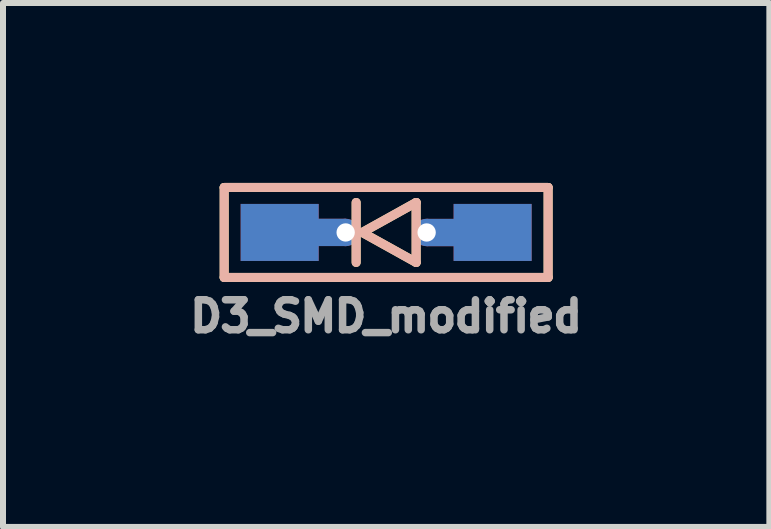
<source format=kicad_pcb>
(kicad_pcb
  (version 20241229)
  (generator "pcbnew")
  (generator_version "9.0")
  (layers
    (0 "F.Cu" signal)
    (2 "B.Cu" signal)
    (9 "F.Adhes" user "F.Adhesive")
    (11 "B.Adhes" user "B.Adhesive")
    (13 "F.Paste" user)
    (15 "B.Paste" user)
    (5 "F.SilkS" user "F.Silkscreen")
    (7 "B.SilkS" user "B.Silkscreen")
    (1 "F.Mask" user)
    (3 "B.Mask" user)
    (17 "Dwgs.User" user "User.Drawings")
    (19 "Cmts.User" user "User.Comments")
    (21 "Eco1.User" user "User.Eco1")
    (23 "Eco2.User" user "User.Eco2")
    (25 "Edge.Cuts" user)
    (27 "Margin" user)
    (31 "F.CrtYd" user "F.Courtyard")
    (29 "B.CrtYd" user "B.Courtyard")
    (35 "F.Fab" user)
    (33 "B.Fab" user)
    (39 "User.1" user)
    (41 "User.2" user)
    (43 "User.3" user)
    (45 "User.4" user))
  (footprint "D3_SMD_modified"
    (layer "F.Cu")
    (at 3.387 0.825)
    (property "Reference" "D3_SMD_modified" (at 0 1.397 180) (layer "F.Fab") (effects (font (size 0.5 0.5) (thickness 0.125))))
    (fp_poly (pts (xy -2.375 -0.425) (xy -1.175 -0.425) (xy -1.175 0.425) (xy -2.375 0.425)) (stroke (width 0.1) (type solid)) (fill yes) (layer "F.Mask"))
    (fp_poly (pts (xy 1.175 -0.425) (xy 2.375 -0.425) (xy 2.375 0.425) (xy 1.175 0.425)) (stroke (width 0.1) (type solid)) (fill yes) (layer "F.Mask"))
    (fp_poly (pts (xy -2.375 -0.425) (xy -1.175 -0.425) (xy -1.175 0.425) (xy -2.375 0.425)) (stroke (width 0.1) (type solid)) (fill yes) (layer "B.Mask"))
    (fp_poly (pts (xy 1.175 -0.425) (xy 2.375 -0.425) (xy 2.375 0.425) (xy 1.175 0.425)) (stroke (width 0.1) (type solid)) (fill yes) (layer "B.Mask"))
    (fp_line (start -2.7 -0.75) (end -2.7 0.75) (stroke (width 0.15) (type solid)) (layer "F.SilkS"))
    (fp_line (start -2.7 0.75) (end 2.7 0.75) (stroke (width 0.15) (type solid)) (layer "F.SilkS"))
    (fp_line (start -0.5 -0.5) (end -0.5 0.5) (stroke (width 0.15) (type solid)) (layer "F.SilkS"))
    (fp_line (start -0.4 0) (end 0.5 -0.5) (stroke (width 0.15) (type solid)) (layer "F.SilkS"))
    (fp_line (start 0.5 -0.5) (end 0.5 0.5) (stroke (width 0.15) (type solid)) (layer "F.SilkS"))
    (fp_line (start 0.5 0.5) (end -0.4 0) (stroke (width 0.15) (type solid)) (layer "F.SilkS"))
    (fp_line (start 2.7 -0.75) (end -2.7 -0.75) (stroke (width 0.15) (type solid)) (layer "F.SilkS"))
    (fp_line (start 2.7 -0.75) (end 2.7 0.75) (stroke (width 0.15) (type solid)) (layer "F.SilkS"))
    (fp_line (start -2.7 -0.75) (end -2.7 0.75) (stroke (width 0.15) (type solid)) (layer "B.SilkS"))
    (fp_line (start -2.7 0.75) (end 2.7 0.75) (stroke (width 0.15) (type solid)) (layer "B.SilkS"))
    (fp_line (start -0.5 0.5) (end -0.5 -0.5) (stroke (width 0.15) (type solid)) (layer "B.SilkS"))
    (fp_line (start -0.4 0) (end 0.5 0.5) (stroke (width 0.15) (type solid)) (layer "B.SilkS"))
    (fp_line (start 0.5 -0.5) (end -0.4 0) (stroke (width 0.15) (type solid)) (layer "B.SilkS"))
    (fp_line (start 0.5 0.5) (end 0.5 -0.5) (stroke (width 0.15) (type solid)) (layer "B.SilkS"))
    (fp_line (start 2.7 -0.75) (end -2.7 -0.75) (stroke (width 0.15) (type solid)) (layer "B.SilkS"))
    (fp_line (start 2.7 -0.75) (end 2.7 0.75) (stroke (width 0.15) (type solid)) (layer "B.SilkS"))
    (pad "1" smd custom (at -1.775 0) (size 1.3 0.95) (layers "F.Cu") (options (anchor rect)) (primitives (gr_poly (pts (xy 1.094 0.177) (xy 0.521 0.177) (xy 0.521 -0.178) (xy 1.094 -0.178)) (width 0.1) (fill yes))))
    (pad "1" smd custom (at -1.775 0) (size 1.3 0.95) (layers "B.Cu") (options (anchor rect)) (primitives (gr_poly (pts (xy 1.094 0.177) (xy 0.521 0.177) (xy 0.521 -0.179) (xy 1.094 -0.179)) (width 0.1) (fill yes))))
    (pad "1" thru_hole circle (at -0.675 0 270) (size 0.457 0.457) (drill 0.305) (layers "*.Cu"))
    (pad "2" thru_hole circle (at 0.675 0.0004 90) (size 0.457 0.457) (drill 0.305) (layers "*.Cu"))
    (pad "2" smd custom (at 1.775 0) (size 1.3 0.95) (layers "F.Cu") (options (anchor rect)) (primitives (gr_poly (pts (xy -0.521 0.179) (xy -1.094 0.179) (xy -1.094 -0.177) (xy -0.521 -0.177)) (width 0.1) (fill yes))))
    (pad "2" smd custom (at 1.775 0) (size 1.3 0.95) (layers "B.Cu") (options (anchor rect)) (primitives (gr_poly (pts (xy -0.521 0.179) (xy -1.094 0.179) (xy -1.094 -0.177) (xy -0.521 -0.177)) (width 0.1) (fill yes)))))
  (gr_rect
    (start -3 -3)
    (end 9.775 5.734)
    (stroke (width 0.1) (type default))
    (fill no)
    (layer "Edge.Cuts")))
</source>
